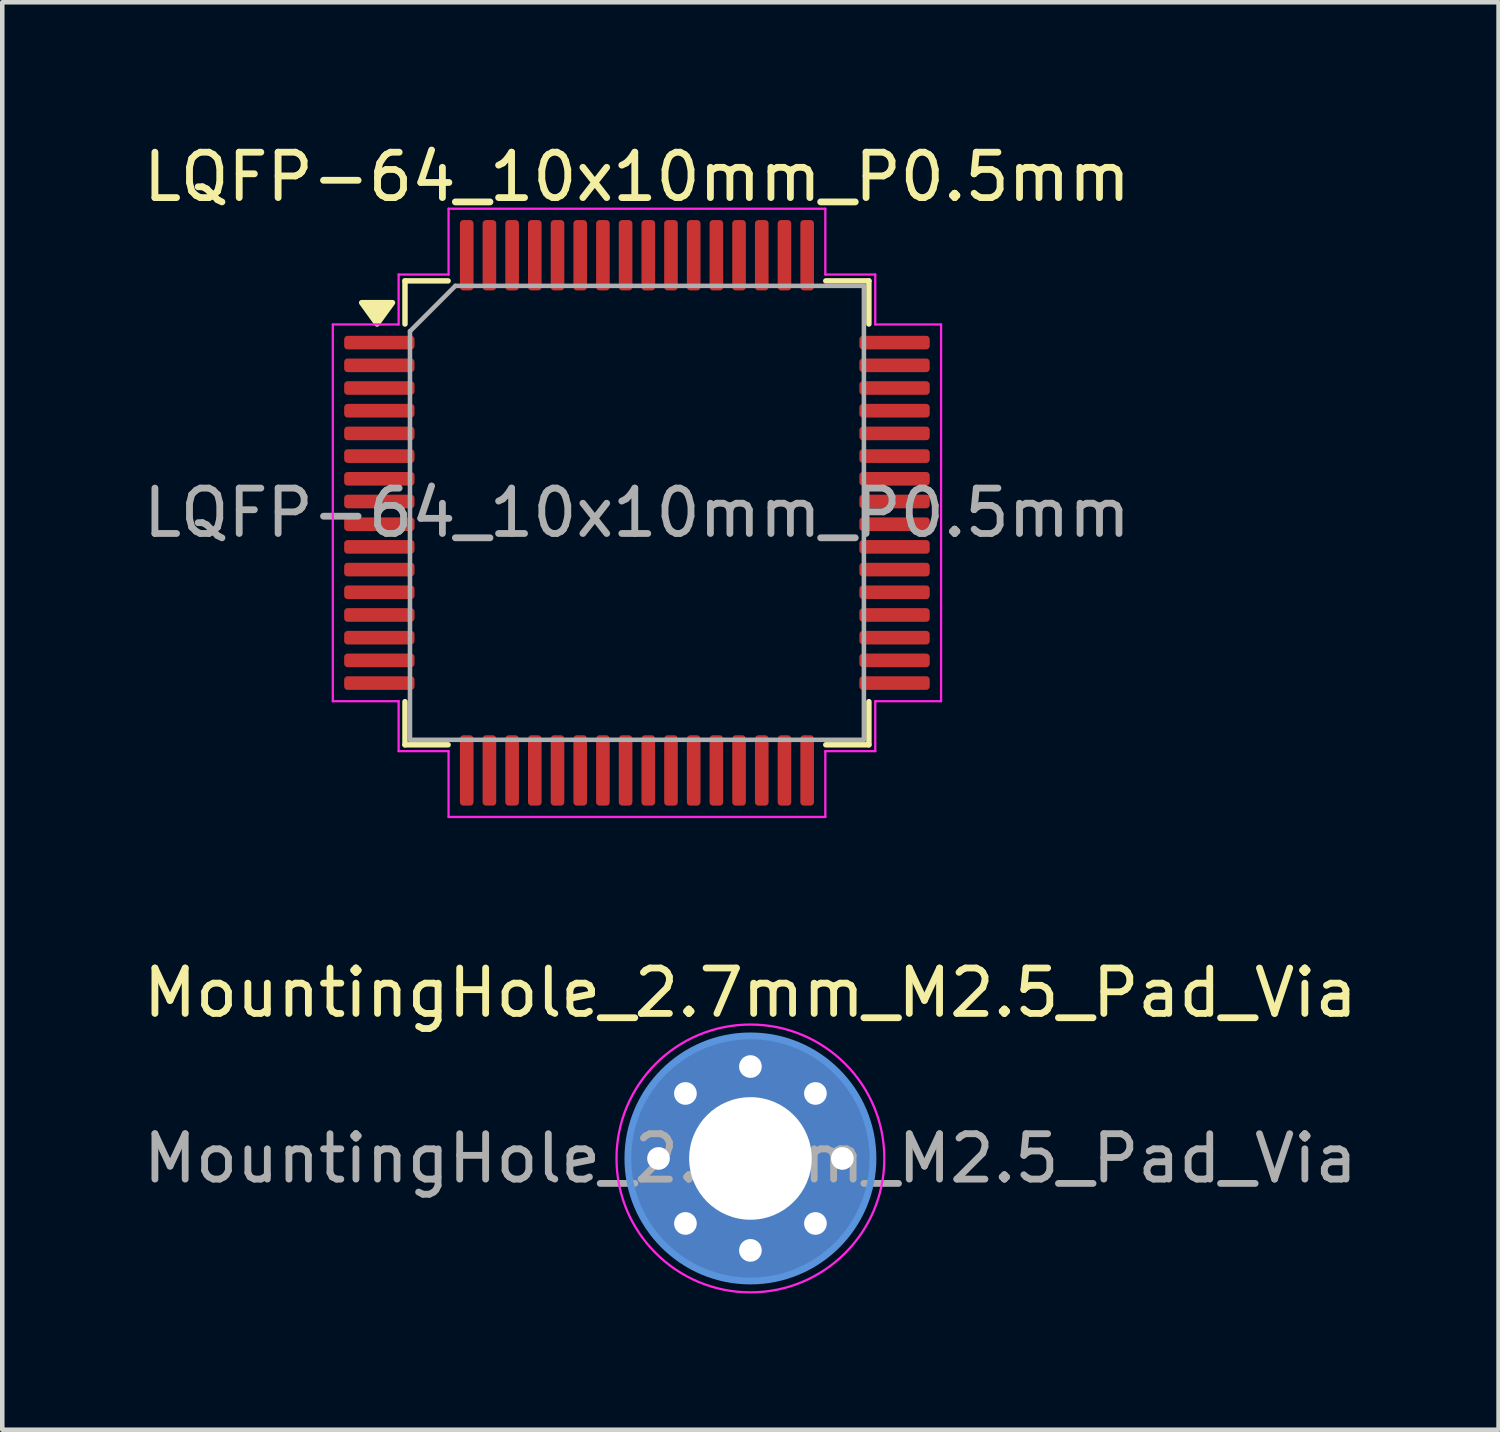
<source format=kicad_pcb>
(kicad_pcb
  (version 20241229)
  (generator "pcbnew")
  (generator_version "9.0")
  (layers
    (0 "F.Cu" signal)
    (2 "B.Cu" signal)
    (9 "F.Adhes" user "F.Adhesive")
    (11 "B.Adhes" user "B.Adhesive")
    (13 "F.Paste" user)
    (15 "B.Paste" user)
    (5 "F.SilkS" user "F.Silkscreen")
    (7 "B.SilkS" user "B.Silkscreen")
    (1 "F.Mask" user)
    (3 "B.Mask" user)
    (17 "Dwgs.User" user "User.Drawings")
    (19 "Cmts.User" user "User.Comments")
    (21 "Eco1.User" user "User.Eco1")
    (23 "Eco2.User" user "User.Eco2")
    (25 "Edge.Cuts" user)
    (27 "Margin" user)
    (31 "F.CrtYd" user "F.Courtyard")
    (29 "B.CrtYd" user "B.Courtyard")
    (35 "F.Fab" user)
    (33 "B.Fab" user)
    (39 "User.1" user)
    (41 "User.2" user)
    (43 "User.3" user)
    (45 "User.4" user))
  (footprint "LQFP-64_10x10mm_P0.5mm"
    (layer "F.Cu")
    (at 10.982 8.248)
    (property "Reference" "LQFP-64_10x10mm_P0.5mm" (at 0 -7.4 180) (layer "F.SilkS") (effects (font (size 1 1) (thickness 0.15))))
    (attr smd)
    (fp_line (start -5.11 -5.11) (end -5.11 -4.16) (stroke (width 0.12) (type solid)) (layer "F.SilkS"))
    (fp_line (start -5.11 5.11) (end -5.11 4.16) (stroke (width 0.12) (type solid)) (layer "F.SilkS"))
    (fp_line (start -4.16 -5.11) (end -5.11 -5.11) (stroke (width 0.12) (type solid)) (layer "F.SilkS"))
    (fp_line (start -4.16 5.11) (end -5.11 5.11) (stroke (width 0.12) (type solid)) (layer "F.SilkS"))
    (fp_line (start 4.16 -5.11) (end 5.11 -5.11) (stroke (width 0.12) (type solid)) (layer "F.SilkS"))
    (fp_line (start 4.16 5.11) (end 5.11 5.11) (stroke (width 0.12) (type solid)) (layer "F.SilkS"))
    (fp_line (start 5.11 -5.11) (end 5.11 -4.16) (stroke (width 0.12) (type solid)) (layer "F.SilkS"))
    (fp_line (start 5.11 5.11) (end 5.11 4.16) (stroke (width 0.12) (type solid)) (layer "F.SilkS"))
    (fp_poly (pts (xy -5.725 -4.16) (xy -6.065 -4.63) (xy -5.385 -4.63)) (stroke (width 0.12) (type solid)) (fill yes) (layer "F.SilkS"))
    (fp_line (start -6.7 -4.15) (end -5.25 -4.15) (stroke (width 0.05) (type solid)) (layer "F.CrtYd"))
    (fp_line (start -6.7 4.15) (end -6.7 -4.15) (stroke (width 0.05) (type solid)) (layer "F.CrtYd"))
    (fp_line (start -5.25 -5.25) (end -4.15 -5.25) (stroke (width 0.05) (type solid)) (layer "F.CrtYd"))
    (fp_line (start -5.25 -4.15) (end -5.25 -5.25) (stroke (width 0.05) (type solid)) (layer "F.CrtYd"))
    (fp_line (start -5.25 4.15) (end -6.7 4.15) (stroke (width 0.05) (type solid)) (layer "F.CrtYd"))
    (fp_line (start -5.25 5.25) (end -5.25 4.15) (stroke (width 0.05) (type solid)) (layer "F.CrtYd"))
    (fp_line (start -4.15 -6.7) (end 4.15 -6.7) (stroke (width 0.05) (type solid)) (layer "F.CrtYd"))
    (fp_line (start -4.15 -5.25) (end -4.15 -6.7) (stroke (width 0.05) (type solid)) (layer "F.CrtYd"))
    (fp_line (start -4.15 5.25) (end -5.25 5.25) (stroke (width 0.05) (type solid)) (layer "F.CrtYd"))
    (fp_line (start -4.15 6.7) (end -4.15 5.25) (stroke (width 0.05) (type solid)) (layer "F.CrtYd"))
    (fp_line (start 4.15 -6.7) (end 4.15 -5.25) (stroke (width 0.05) (type solid)) (layer "F.CrtYd"))
    (fp_line (start 4.15 -5.25) (end 5.25 -5.25) (stroke (width 0.05) (type solid)) (layer "F.CrtYd"))
    (fp_line (start 4.15 5.25) (end 4.15 6.7) (stroke (width 0.05) (type solid)) (layer "F.CrtYd"))
    (fp_line (start 4.15 6.7) (end -4.15 6.7) (stroke (width 0.05) (type solid)) (layer "F.CrtYd"))
    (fp_line (start 5.25 -5.25) (end 5.25 -4.15) (stroke (width 0.05) (type solid)) (layer "F.CrtYd"))
    (fp_line (start 5.25 -4.15) (end 6.7 -4.15) (stroke (width 0.05) (type solid)) (layer "F.CrtYd"))
    (fp_line (start 5.25 4.15) (end 5.25 5.25) (stroke (width 0.05) (type solid)) (layer "F.CrtYd"))
    (fp_line (start 5.25 5.25) (end 4.15 5.25) (stroke (width 0.05) (type solid)) (layer "F.CrtYd"))
    (fp_line (start 6.7 -4.15) (end 6.7 4.15) (stroke (width 0.05) (type solid)) (layer "F.CrtYd"))
    (fp_line (start 6.7 4.15) (end 5.25 4.15) (stroke (width 0.05) (type solid)) (layer "F.CrtYd"))
    (fp_line (start -5 -4) (end -4 -5) (stroke (width 0.1) (type solid)) (layer "F.Fab"))
    (fp_line (start -5 5) (end -5 -4) (stroke (width 0.1) (type solid)) (layer "F.Fab"))
    (fp_line (start -4 -5) (end 5 -5) (stroke (width 0.1) (type solid)) (layer "F.Fab"))
    (fp_line (start 5 -5) (end 5 5) (stroke (width 0.1) (type solid)) (layer "F.Fab"))
    (fp_line (start 5 5) (end -5 5) (stroke (width 0.1) (type solid)) (layer "F.Fab"))
    (fp_text user "${REFERENCE}" (at 0 0 180) (layer "F.Fab") (effects (font (size 1 1) (thickness 0.15))))
    (pad "1" smd roundrect (at -5.675 -3.75) (size 1.55 0.3) (layers "F.Cu" "F.Mask" "F.Paste") (roundrect_rratio 0.25))
    (pad "2" smd roundrect (at -5.675 -3.25) (size 1.55 0.3) (layers "F.Cu" "F.Mask" "F.Paste") (roundrect_rratio 0.25))
    (pad "3" smd roundrect (at -5.675 -2.75) (size 1.55 0.3) (layers "F.Cu" "F.Mask" "F.Paste") (roundrect_rratio 0.25))
    (pad "4" smd roundrect (at -5.675 -2.25) (size 1.55 0.3) (layers "F.Cu" "F.Mask" "F.Paste") (roundrect_rratio 0.25))
    (pad "5" smd roundrect (at -5.675 -1.75) (size 1.55 0.3) (layers "F.Cu" "F.Mask" "F.Paste") (roundrect_rratio 0.25))
    (pad "6" smd roundrect (at -5.675 -1.25) (size 1.55 0.3) (layers "F.Cu" "F.Mask" "F.Paste") (roundrect_rratio 0.25))
    (pad "7" smd roundrect (at -5.675 -0.75) (size 1.55 0.3) (layers "F.Cu" "F.Mask" "F.Paste") (roundrect_rratio 0.25))
    (pad "8" smd roundrect (at -5.675 -0.25) (size 1.55 0.3) (layers "F.Cu" "F.Mask" "F.Paste") (roundrect_rratio 0.25))
    (pad "9" smd roundrect (at -5.675 0.25) (size 1.55 0.3) (layers "F.Cu" "F.Mask" "F.Paste") (roundrect_rratio 0.25))
    (pad "10" smd roundrect (at -5.675 0.75) (size 1.55 0.3) (layers "F.Cu" "F.Mask" "F.Paste") (roundrect_rratio 0.25))
    (pad "11" smd roundrect (at -5.675 1.25) (size 1.55 0.3) (layers "F.Cu" "F.Mask" "F.Paste") (roundrect_rratio 0.25))
    (pad "12" smd roundrect (at -5.675 1.75) (size 1.55 0.3) (layers "F.Cu" "F.Mask" "F.Paste") (roundrect_rratio 0.25))
    (pad "13" smd roundrect (at -5.675 2.25) (size 1.55 0.3) (layers "F.Cu" "F.Mask" "F.Paste") (roundrect_rratio 0.25))
    (pad "14" smd roundrect (at -5.675 2.75) (size 1.55 0.3) (layers "F.Cu" "F.Mask" "F.Paste") (roundrect_rratio 0.25))
    (pad "15" smd roundrect (at -5.675 3.25) (size 1.55 0.3) (layers "F.Cu" "F.Mask" "F.Paste") (roundrect_rratio 0.25))
    (pad "16" smd roundrect (at -5.675 3.75) (size 1.55 0.3) (layers "F.Cu" "F.Mask" "F.Paste") (roundrect_rratio 0.25))
    (pad "17" smd roundrect (at -3.75 5.675) (size 0.3 1.55) (layers "F.Cu" "F.Mask" "F.Paste") (roundrect_rratio 0.25))
    (pad "18" smd roundrect (at -3.25 5.675) (size 0.3 1.55) (layers "F.Cu" "F.Mask" "F.Paste") (roundrect_rratio 0.25))
    (pad "19" smd roundrect (at -2.75 5.675) (size 0.3 1.55) (layers "F.Cu" "F.Mask" "F.Paste") (roundrect_rratio 0.25))
    (pad "20" smd roundrect (at -2.25 5.675) (size 0.3 1.55) (layers "F.Cu" "F.Mask" "F.Paste") (roundrect_rratio 0.25))
    (pad "21" smd roundrect (at -1.75 5.675) (size 0.3 1.55) (layers "F.Cu" "F.Mask" "F.Paste") (roundrect_rratio 0.25))
    (pad "22" smd roundrect (at -1.25 5.675) (size 0.3 1.55) (layers "F.Cu" "F.Mask" "F.Paste") (roundrect_rratio 0.25))
    (pad "23" smd roundrect (at -0.75 5.675) (size 0.3 1.55) (layers "F.Cu" "F.Mask" "F.Paste") (roundrect_rratio 0.25))
    (pad "24" smd roundrect (at -0.25 5.675) (size 0.3 1.55) (layers "F.Cu" "F.Mask" "F.Paste") (roundrect_rratio 0.25))
    (pad "25" smd roundrect (at 0.25 5.675) (size 0.3 1.55) (layers "F.Cu" "F.Mask" "F.Paste") (roundrect_rratio 0.25))
    (pad "26" smd roundrect (at 0.75 5.675) (size 0.3 1.55) (layers "F.Cu" "F.Mask" "F.Paste") (roundrect_rratio 0.25))
    (pad "27" smd roundrect (at 1.25 5.675) (size 0.3 1.55) (layers "F.Cu" "F.Mask" "F.Paste") (roundrect_rratio 0.25))
    (pad "28" smd roundrect (at 1.75 5.675) (size 0.3 1.55) (layers "F.Cu" "F.Mask" "F.Paste") (roundrect_rratio 0.25))
    (pad "29" smd roundrect (at 2.25 5.675) (size 0.3 1.55) (layers "F.Cu" "F.Mask" "F.Paste") (roundrect_rratio 0.25))
    (pad "30" smd roundrect (at 2.75 5.675) (size 0.3 1.55) (layers "F.Cu" "F.Mask" "F.Paste") (roundrect_rratio 0.25))
    (pad "31" smd roundrect (at 3.25 5.675) (size 0.3 1.55) (layers "F.Cu" "F.Mask" "F.Paste") (roundrect_rratio 0.25))
    (pad "32" smd roundrect (at 3.75 5.675) (size 0.3 1.55) (layers "F.Cu" "F.Mask" "F.Paste") (roundrect_rratio 0.25))
    (pad "33" smd roundrect (at 5.675 3.75) (size 1.55 0.3) (layers "F.Cu" "F.Mask" "F.Paste") (roundrect_rratio 0.25))
    (pad "34" smd roundrect (at 5.675 3.25) (size 1.55 0.3) (layers "F.Cu" "F.Mask" "F.Paste") (roundrect_rratio 0.25))
    (pad "35" smd roundrect (at 5.675 2.75) (size 1.55 0.3) (layers "F.Cu" "F.Mask" "F.Paste") (roundrect_rratio 0.25))
    (pad "36" smd roundrect (at 5.675 2.25) (size 1.55 0.3) (layers "F.Cu" "F.Mask" "F.Paste") (roundrect_rratio 0.25))
    (pad "37" smd roundrect (at 5.675 1.75) (size 1.55 0.3) (layers "F.Cu" "F.Mask" "F.Paste") (roundrect_rratio 0.25))
    (pad "38" smd roundrect (at 5.675 1.25) (size 1.55 0.3) (layers "F.Cu" "F.Mask" "F.Paste") (roundrect_rratio 0.25))
    (pad "39" smd roundrect (at 5.675 0.75) (size 1.55 0.3) (layers "F.Cu" "F.Mask" "F.Paste") (roundrect_rratio 0.25))
    (pad "40" smd roundrect (at 5.675 0.25) (size 1.55 0.3) (layers "F.Cu" "F.Mask" "F.Paste") (roundrect_rratio 0.25))
    (pad "41" smd roundrect (at 5.675 -0.25) (size 1.55 0.3) (layers "F.Cu" "F.Mask" "F.Paste") (roundrect_rratio 0.25))
    (pad "42" smd roundrect (at 5.675 -0.75) (size 1.55 0.3) (layers "F.Cu" "F.Mask" "F.Paste") (roundrect_rratio 0.25))
    (pad "43" smd roundrect (at 5.675 -1.25) (size 1.55 0.3) (layers "F.Cu" "F.Mask" "F.Paste") (roundrect_rratio 0.25))
    (pad "44" smd roundrect (at 5.675 -1.75) (size 1.55 0.3) (layers "F.Cu" "F.Mask" "F.Paste") (roundrect_rratio 0.25))
    (pad "45" smd roundrect (at 5.675 -2.25) (size 1.55 0.3) (layers "F.Cu" "F.Mask" "F.Paste") (roundrect_rratio 0.25))
    (pad "46" smd roundrect (at 5.675 -2.75) (size 1.55 0.3) (layers "F.Cu" "F.Mask" "F.Paste") (roundrect_rratio 0.25))
    (pad "47" smd roundrect (at 5.675 -3.25) (size 1.55 0.3) (layers "F.Cu" "F.Mask" "F.Paste") (roundrect_rratio 0.25))
    (pad "48" smd roundrect (at 5.675 -3.75) (size 1.55 0.3) (layers "F.Cu" "F.Mask" "F.Paste") (roundrect_rratio 0.25))
    (pad "49" smd roundrect (at 3.75 -5.675) (size 0.3 1.55) (layers "F.Cu" "F.Mask" "F.Paste") (roundrect_rratio 0.25))
    (pad "50" smd roundrect (at 3.25 -5.675) (size 0.3 1.55) (layers "F.Cu" "F.Mask" "F.Paste") (roundrect_rratio 0.25))
    (pad "51" smd roundrect (at 2.75 -5.675) (size 0.3 1.55) (layers "F.Cu" "F.Mask" "F.Paste") (roundrect_rratio 0.25))
    (pad "52" smd roundrect (at 2.25 -5.675) (size 0.3 1.55) (layers "F.Cu" "F.Mask" "F.Paste") (roundrect_rratio 0.25))
    (pad "53" smd roundrect (at 1.75 -5.675) (size 0.3 1.55) (layers "F.Cu" "F.Mask" "F.Paste") (roundrect_rratio 0.25))
    (pad "54" smd roundrect (at 1.25 -5.675) (size 0.3 1.55) (layers "F.Cu" "F.Mask" "F.Paste") (roundrect_rratio 0.25))
    (pad "55" smd roundrect (at 0.75 -5.675) (size 0.3 1.55) (layers "F.Cu" "F.Mask" "F.Paste") (roundrect_rratio 0.25))
    (pad "56" smd roundrect (at 0.25 -5.675) (size 0.3 1.55) (layers "F.Cu" "F.Mask" "F.Paste") (roundrect_rratio 0.25))
    (pad "57" smd roundrect (at -0.25 -5.675) (size 0.3 1.55) (layers "F.Cu" "F.Mask" "F.Paste") (roundrect_rratio 0.25))
    (pad "58" smd roundrect (at -0.75 -5.675) (size 0.3 1.55) (layers "F.Cu" "F.Mask" "F.Paste") (roundrect_rratio 0.25))
    (pad "59" smd roundrect (at -1.25 -5.675) (size 0.3 1.55) (layers "F.Cu" "F.Mask" "F.Paste") (roundrect_rratio 0.25))
    (pad "60" smd roundrect (at -1.75 -5.675) (size 0.3 1.55) (layers "F.Cu" "F.Mask" "F.Paste") (roundrect_rratio 0.25))
    (pad "61" smd roundrect (at -2.25 -5.675) (size 0.3 1.55) (layers "F.Cu" "F.Mask" "F.Paste") (roundrect_rratio 0.25))
    (pad "62" smd roundrect (at -2.75 -5.675) (size 0.3 1.55) (layers "F.Cu" "F.Mask" "F.Paste") (roundrect_rratio 0.25))
    (pad "63" smd roundrect (at -3.25 -5.675) (size 0.3 1.55) (layers "F.Cu" "F.Mask" "F.Paste") (roundrect_rratio 0.25))
    (pad "64" smd roundrect (at -3.75 -5.675) (size 0.3 1.55) (layers "F.Cu" "F.Mask" "F.Paste") (roundrect_rratio 0.25)))
  (footprint "MountingHole_2.7mm_M2.5_Pad_Via"
    (layer "F.Cu")
    (at 13.482 22.471)
    (property "Reference" "MountingHole_2.7mm_M2.5_Pad_Via" (at 0 -3.65 0) (layer "F.SilkS") (effects (font (size 1 1) (thickness 0.15))))
    (attr exclude_from_pos_files exclude_from_bom)
    (fp_circle (center 0 0) (end 2.7 0) (stroke (width 0.15) (type solid)) (fill no) (layer "Cmts.User"))
    (fp_circle (center 0 0) (end 2.95 0) (stroke (width 0.05) (type solid)) (fill no) (layer "F.CrtYd"))
    (fp_text user "${REFERENCE}" (at 0 0 0) (layer "F.Fab") (effects (font (size 1 1) (thickness 0.15))))
    (pad "1" thru_hole circle (at -2.025 0) (size 0.8 0.8) (drill 0.5) (layers "*.Cu" "*.Mask"))
    (pad "1" thru_hole circle (at -1.432 -1.432) (size 0.8 0.8) (drill 0.5) (layers "*.Cu" "*.Mask"))
    (pad "1" thru_hole circle (at -1.432 1.432) (size 0.8 0.8) (drill 0.5) (layers "*.Cu" "*.Mask"))
    (pad "1" thru_hole circle (at 0 -2.025) (size 0.8 0.8) (drill 0.5) (layers "*.Cu" "*.Mask"))
    (pad "1" thru_hole circle (at 0 0) (size 5.4 5.4) (drill 2.7) (layers "*.Cu" "*.Mask"))
    (pad "1" thru_hole circle (at 0 2.025) (size 0.8 0.8) (drill 0.5) (layers "*.Cu" "*.Mask"))
    (pad "1" thru_hole circle (at 1.432 -1.432) (size 0.8 0.8) (drill 0.5) (layers "*.Cu" "*.Mask"))
    (pad "1" thru_hole circle (at 1.432 1.432) (size 0.8 0.8) (drill 0.5) (layers "*.Cu" "*.Mask"))
    (pad "1" thru_hole circle (at 2.025 0) (size 0.8 0.8) (drill 0.5) (layers "*.Cu" "*.Mask")))
  (gr_rect
    (start -3 -3)
    (end 29.964 28.447)
    (stroke (width 0.1) (type default))
    (fill no)
    (layer "Edge.Cuts")))
</source>
